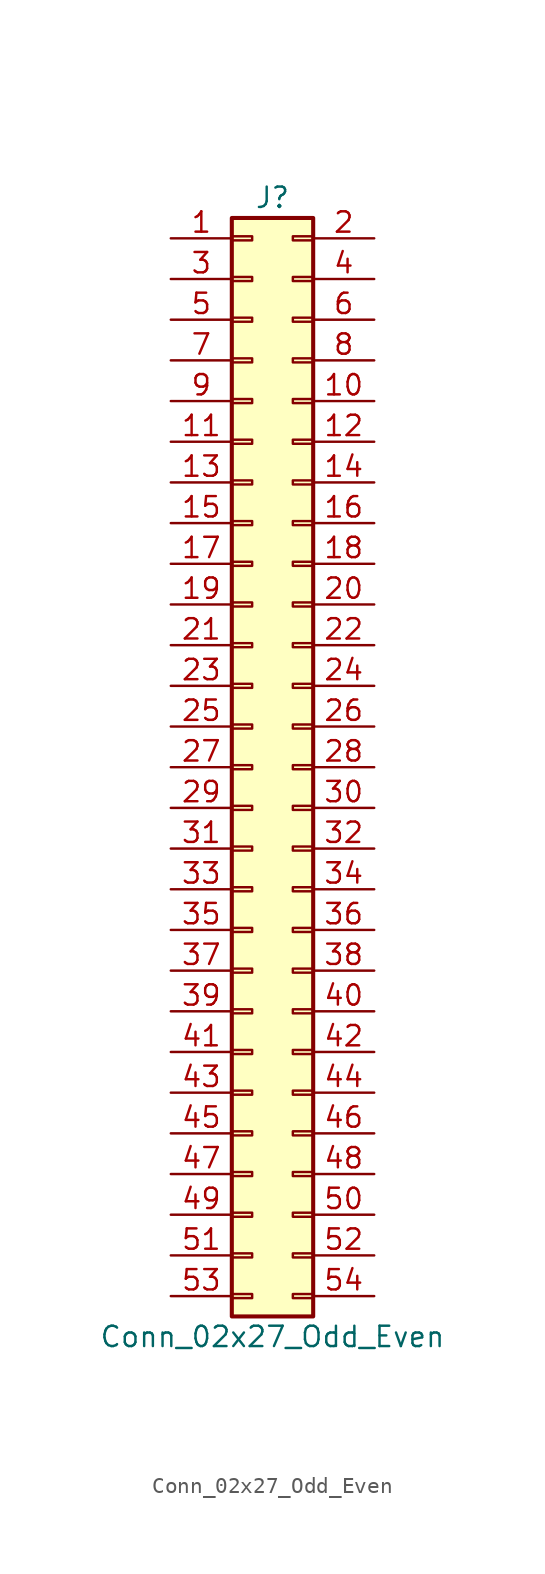
<source format=kicad_sym>
(kicad_symbol_lib
  (version 20211014)
  (generator kicad_symbol_editor)
  (symbol "Conn_02x27_Odd_Even"
    (pin_names
      (offset 1.016) hide)
    (property "Reference" "J"
      (at 1.27 35.56 0)
      (effects (font (size 1.27 1.27))))
    (property "Value" "Conn_02x27_Odd_Even"
      (at 1.27 -35.56 0)
      (effects (font (size 1.27 1.27))))
    (symbol "Conn_02x27_Odd_Even_1_1"
      (rectangle (start -1.27 -32.893) (end 0 -33.147) (stroke (width 0.152) (type default) (color 0 0 0 0)) (fill (type none)))
      (rectangle (start -1.27 -30.353) (end 0 -30.607) (stroke (width 0.152) (type default) (color 0 0 0 0)) (fill (type none)))
      (rectangle (start -1.27 -27.813) (end 0 -28.067) (stroke (width 0.152) (type default) (color 0 0 0 0)) (fill (type none)))
      (rectangle (start -1.27 -25.273) (end 0 -25.527) (stroke (width 0.152) (type default) (color 0 0 0 0)) (fill (type none)))
      (rectangle (start -1.27 -22.733) (end 0 -22.987) (stroke (width 0.152) (type default) (color 0 0 0 0)) (fill (type none)))
      (rectangle (start -1.27 -20.193) (end 0 -20.447) (stroke (width 0.152) (type default) (color 0 0 0 0)) (fill (type none)))
      (rectangle (start -1.27 -17.653) (end 0 -17.907) (stroke (width 0.152) (type default) (color 0 0 0 0)) (fill (type none)))
      (rectangle (start -1.27 -15.113) (end 0 -15.367) (stroke (width 0.152) (type default) (color 0 0 0 0)) (fill (type none)))
      (rectangle (start -1.27 -12.573) (end 0 -12.827) (stroke (width 0.152) (type default) (color 0 0 0 0)) (fill (type none)))
      (rectangle (start -1.27 -10.033) (end 0 -10.287) (stroke (width 0.152) (type default) (color 0 0 0 0)) (fill (type none)))
      (rectangle (start -1.27 -7.493) (end 0 -7.747) (stroke (width 0.152) (type default) (color 0 0 0 0)) (fill (type none)))
      (rectangle (start -1.27 -4.953) (end 0 -5.207) (stroke (width 0.152) (type default) (color 0 0 0 0)) (fill (type none)))
      (rectangle (start -1.27 -2.413) (end 0 -2.667) (stroke (width 0.152) (type default) (color 0 0 0 0)) (fill (type none)))
      (rectangle (start -1.27 0.127) (end 0 -0.127) (stroke (width 0.152) (type default) (color 0 0 0 0)) (fill (type none)))
      (rectangle (start -1.27 2.667) (end 0 2.413) (stroke (width 0.152) (type default) (color 0 0 0 0)) (fill (type none)))
      (rectangle (start -1.27 5.207) (end 0 4.953) (stroke (width 0.152) (type default) (color 0 0 0 0)) (fill (type none)))
      (rectangle (start -1.27 7.747) (end 0 7.493) (stroke (width 0.152) (type default) (color 0 0 0 0)) (fill (type none)))
      (rectangle (start -1.27 10.287) (end 0 10.033) (stroke (width 0.152) (type default) (color 0 0 0 0)) (fill (type none)))
      (rectangle (start -1.27 12.827) (end 0 12.573) (stroke (width 0.152) (type default) (color 0 0 0 0)) (fill (type none)))
      (rectangle (start -1.27 15.367) (end 0 15.113) (stroke (width 0.152) (type default) (color 0 0 0 0)) (fill (type none)))
      (rectangle (start -1.27 17.907) (end 0 17.653) (stroke (width 0.152) (type default) (color 0 0 0 0)) (fill (type none)))
      (rectangle (start -1.27 20.447) (end 0 20.193) (stroke (width 0.152) (type default) (color 0 0 0 0)) (fill (type none)))
      (rectangle (start -1.27 22.987) (end 0 22.733) (stroke (width 0.152) (type default) (color 0 0 0 0)) (fill (type none)))
      (rectangle (start -1.27 25.527) (end 0 25.273) (stroke (width 0.152) (type default) (color 0 0 0 0)) (fill (type none)))
      (rectangle (start -1.27 28.067) (end 0 27.813) (stroke (width 0.152) (type default) (color 0 0 0 0)) (fill (type none)))
      (rectangle (start -1.27 30.607) (end 0 30.353) (stroke (width 0.152) (type default) (color 0 0 0 0)) (fill (type none)))
      (rectangle (start -1.27 33.147) (end 0 32.893) (stroke (width 0.152) (type default) (color 0 0 0 0)) (fill (type none)))
      (rectangle (start -1.27 34.29) (end 3.81 -34.29) (stroke (width 0.254) (type default) (color 0 0 0 0)) (fill (type background)))
      (rectangle (start 3.81 -32.893) (end 2.54 -33.147) (stroke (width 0.152) (type default) (color 0 0 0 0)) (fill (type none)))
      (rectangle (start 3.81 -30.353) (end 2.54 -30.607) (stroke (width 0.152) (type default) (color 0 0 0 0)) (fill (type none)))
      (rectangle (start 3.81 -27.813) (end 2.54 -28.067) (stroke (width 0.152) (type default) (color 0 0 0 0)) (fill (type none)))
      (rectangle (start 3.81 -25.273) (end 2.54 -25.527) (stroke (width 0.152) (type default) (color 0 0 0 0)) (fill (type none)))
      (rectangle (start 3.81 -22.733) (end 2.54 -22.987) (stroke (width 0.152) (type default) (color 0 0 0 0)) (fill (type none)))
      (rectangle (start 3.81 -20.193) (end 2.54 -20.447) (stroke (width 0.152) (type default) (color 0 0 0 0)) (fill (type none)))
      (rectangle (start 3.81 -17.653) (end 2.54 -17.907) (stroke (width 0.152) (type default) (color 0 0 0 0)) (fill (type none)))
      (rectangle (start 3.81 -15.113) (end 2.54 -15.367) (stroke (width 0.152) (type default) (color 0 0 0 0)) (fill (type none)))
      (rectangle (start 3.81 -12.573) (end 2.54 -12.827) (stroke (width 0.152) (type default) (color 0 0 0 0)) (fill (type none)))
      (rectangle (start 3.81 -10.033) (end 2.54 -10.287) (stroke (width 0.152) (type default) (color 0 0 0 0)) (fill (type none)))
      (rectangle (start 3.81 -7.493) (end 2.54 -7.747) (stroke (width 0.152) (type default) (color 0 0 0 0)) (fill (type none)))
      (rectangle (start 3.81 -4.953) (end 2.54 -5.207) (stroke (width 0.152) (type default) (color 0 0 0 0)) (fill (type none)))
      (rectangle (start 3.81 -2.413) (end 2.54 -2.667) (stroke (width 0.152) (type default) (color 0 0 0 0)) (fill (type none)))
      (rectangle (start 3.81 0.127) (end 2.54 -0.127) (stroke (width 0.152) (type default) (color 0 0 0 0)) (fill (type none)))
      (rectangle (start 3.81 2.667) (end 2.54 2.413) (stroke (width 0.152) (type default) (color 0 0 0 0)) (fill (type none)))
      (rectangle (start 3.81 5.207) (end 2.54 4.953) (stroke (width 0.152) (type default) (color 0 0 0 0)) (fill (type none)))
      (rectangle (start 3.81 7.747) (end 2.54 7.493) (stroke (width 0.152) (type default) (color 0 0 0 0)) (fill (type none)))
      (rectangle (start 3.81 10.287) (end 2.54 10.033) (stroke (width 0.152) (type default) (color 0 0 0 0)) (fill (type none)))
      (rectangle (start 3.81 12.827) (end 2.54 12.573) (stroke (width 0.152) (type default) (color 0 0 0 0)) (fill (type none)))
      (rectangle (start 3.81 15.367) (end 2.54 15.113) (stroke (width 0.152) (type default) (color 0 0 0 0)) (fill (type none)))
      (rectangle (start 3.81 17.907) (end 2.54 17.653) (stroke (width 0.152) (type default) (color 0 0 0 0)) (fill (type none)))
      (rectangle (start 3.81 20.447) (end 2.54 20.193) (stroke (width 0.152) (type default) (color 0 0 0 0)) (fill (type none)))
      (rectangle (start 3.81 22.987) (end 2.54 22.733) (stroke (width 0.152) (type default) (color 0 0 0 0)) (fill (type none)))
      (rectangle (start 3.81 25.527) (end 2.54 25.273) (stroke (width 0.152) (type default) (color 0 0 0 0)) (fill (type none)))
      (rectangle (start 3.81 28.067) (end 2.54 27.813) (stroke (width 0.152) (type default) (color 0 0 0 0)) (fill (type none)))
      (rectangle (start 3.81 30.607) (end 2.54 30.353) (stroke (width 0.152) (type default) (color 0 0 0 0)) (fill (type none)))
      (rectangle (start 3.81 33.147) (end 2.54 32.893) (stroke (width 0.152) (type default) (color 0 0 0 0)) (fill (type none)))
      (pin passive line (at -5.08 33.02 0) (length 3.81) (name "Pin_1" (effects (font (size 1.27 1.27)))) (number "1" (effects (font (size 1.27 1.27)))))
      (pin passive line (at 7.62 22.86 180) (length 3.81) (name "Pin_10" (effects (font (size 1.27 1.27)))) (number "10" (effects (font (size 1.27 1.27)))))
      (pin passive line (at -5.08 20.32 0) (length 3.81) (name "Pin_11" (effects (font (size 1.27 1.27)))) (number "11" (effects (font (size 1.27 1.27)))))
      (pin passive line (at 7.62 20.32 180) (length 3.81) (name "Pin_12" (effects (font (size 1.27 1.27)))) (number "12" (effects (font (size 1.27 1.27)))))
      (pin passive line (at -5.08 17.78 0) (length 3.81) (name "Pin_13" (effects (font (size 1.27 1.27)))) (number "13" (effects (font (size 1.27 1.27)))))
      (pin passive line (at 7.62 17.78 180) (length 3.81) (name "Pin_14" (effects (font (size 1.27 1.27)))) (number "14" (effects (font (size 1.27 1.27)))))
      (pin passive line (at -5.08 15.24 0) (length 3.81) (name "Pin_15" (effects (font (size 1.27 1.27)))) (number "15" (effects (font (size 1.27 1.27)))))
      (pin passive line (at 7.62 15.24 180) (length 3.81) (name "Pin_16" (effects (font (size 1.27 1.27)))) (number "16" (effects (font (size 1.27 1.27)))))
      (pin passive line (at -5.08 12.7 0) (length 3.81) (name "Pin_17" (effects (font (size 1.27 1.27)))) (number "17" (effects (font (size 1.27 1.27)))))
      (pin passive line (at 7.62 12.7 180) (length 3.81) (name "Pin_18" (effects (font (size 1.27 1.27)))) (number "18" (effects (font (size 1.27 1.27)))))
      (pin passive line (at -5.08 10.16 0) (length 3.81) (name "Pin_19" (effects (font (size 1.27 1.27)))) (number "19" (effects (font (size 1.27 1.27)))))
      (pin passive line (at 7.62 33.02 180) (length 3.81) (name "Pin_2" (effects (font (size 1.27 1.27)))) (number "2" (effects (font (size 1.27 1.27)))))
      (pin passive line (at 7.62 10.16 180) (length 3.81) (name "Pin_20" (effects (font (size 1.27 1.27)))) (number "20" (effects (font (size 1.27 1.27)))))
      (pin passive line (at -5.08 7.62 0) (length 3.81) (name "Pin_21" (effects (font (size 1.27 1.27)))) (number "21" (effects (font (size 1.27 1.27)))))
      (pin passive line (at 7.62 7.62 180) (length 3.81) (name "Pin_22" (effects (font (size 1.27 1.27)))) (number "22" (effects (font (size 1.27 1.27)))))
      (pin passive line (at -5.08 5.08 0) (length 3.81) (name "Pin_23" (effects (font (size 1.27 1.27)))) (number "23" (effects (font (size 1.27 1.27)))))
      (pin passive line (at 7.62 5.08 180) (length 3.81) (name "Pin_24" (effects (font (size 1.27 1.27)))) (number "24" (effects (font (size 1.27 1.27)))))
      (pin passive line (at -5.08 2.54 0) (length 3.81) (name "Pin_25" (effects (font (size 1.27 1.27)))) (number "25" (effects (font (size 1.27 1.27)))))
      (pin passive line (at 7.62 2.54 180) (length 3.81) (name "Pin_26" (effects (font (size 1.27 1.27)))) (number "26" (effects (font (size 1.27 1.27)))))
      (pin passive line (at -5.08 0 0) (length 3.81) (name "Pin_27" (effects (font (size 1.27 1.27)))) (number "27" (effects (font (size 1.27 1.27)))))
      (pin passive line (at 7.62 0 180) (length 3.81) (name "Pin_28" (effects (font (size 1.27 1.27)))) (number "28" (effects (font (size 1.27 1.27)))))
      (pin passive line (at -5.08 -2.54 0) (length 3.81) (name "Pin_29" (effects (font (size 1.27 1.27)))) (number "29" (effects (font (size 1.27 1.27)))))
      (pin passive line (at -5.08 30.48 0) (length 3.81) (name "Pin_3" (effects (font (size 1.27 1.27)))) (number "3" (effects (font (size 1.27 1.27)))))
      (pin passive line (at 7.62 -2.54 180) (length 3.81) (name "Pin_30" (effects (font (size 1.27 1.27)))) (number "30" (effects (font (size 1.27 1.27)))))
      (pin passive line (at -5.08 -5.08 0) (length 3.81) (name "Pin_31" (effects (font (size 1.27 1.27)))) (number "31" (effects (font (size 1.27 1.27)))))
      (pin passive line (at 7.62 -5.08 180) (length 3.81) (name "Pin_32" (effects (font (size 1.27 1.27)))) (number "32" (effects (font (size 1.27 1.27)))))
      (pin passive line (at -5.08 -7.62 0) (length 3.81) (name "Pin_33" (effects (font (size 1.27 1.27)))) (number "33" (effects (font (size 1.27 1.27)))))
      (pin passive line (at 7.62 -7.62 180) (length 3.81) (name "Pin_34" (effects (font (size 1.27 1.27)))) (number "34" (effects (font (size 1.27 1.27)))))
      (pin passive line (at -5.08 -10.16 0) (length 3.81) (name "Pin_35" (effects (font (size 1.27 1.27)))) (number "35" (effects (font (size 1.27 1.27)))))
      (pin passive line (at 7.62 -10.16 180) (length 3.81) (name "Pin_36" (effects (font (size 1.27 1.27)))) (number "36" (effects (font (size 1.27 1.27)))))
      (pin passive line (at -5.08 -12.7 0) (length 3.81) (name "Pin_37" (effects (font (size 1.27 1.27)))) (number "37" (effects (font (size 1.27 1.27)))))
      (pin passive line (at 7.62 -12.7 180) (length 3.81) (name "Pin_38" (effects (font (size 1.27 1.27)))) (number "38" (effects (font (size 1.27 1.27)))))
      (pin passive line (at -5.08 -15.24 0) (length 3.81) (name "Pin_39" (effects (font (size 1.27 1.27)))) (number "39" (effects (font (size 1.27 1.27)))))
      (pin passive line (at 7.62 30.48 180) (length 3.81) (name "Pin_4" (effects (font (size 1.27 1.27)))) (number "4" (effects (font (size 1.27 1.27)))))
      (pin passive line (at 7.62 -15.24 180) (length 3.81) (name "Pin_40" (effects (font (size 1.27 1.27)))) (number "40" (effects (font (size 1.27 1.27)))))
      (pin passive line (at -5.08 -17.78 0) (length 3.81) (name "Pin_41" (effects (font (size 1.27 1.27)))) (number "41" (effects (font (size 1.27 1.27)))))
      (pin passive line (at 7.62 -17.78 180) (length 3.81) (name "Pin_42" (effects (font (size 1.27 1.27)))) (number "42" (effects (font (size 1.27 1.27)))))
      (pin passive line (at -5.08 -20.32 0) (length 3.81) (name "Pin_43" (effects (font (size 1.27 1.27)))) (number "43" (effects (font (size 1.27 1.27)))))
      (pin passive line (at 7.62 -20.32 180) (length 3.81) (name "Pin_44" (effects (font (size 1.27 1.27)))) (number "44" (effects (font (size 1.27 1.27)))))
      (pin passive line (at -5.08 -22.86 0) (length 3.81) (name "Pin_45" (effects (font (size 1.27 1.27)))) (number "45" (effects (font (size 1.27 1.27)))))
      (pin passive line (at 7.62 -22.86 180) (length 3.81) (name "Pin_46" (effects (font (size 1.27 1.27)))) (number "46" (effects (font (size 1.27 1.27)))))
      (pin passive line (at -5.08 -25.4 0) (length 3.81) (name "Pin_47" (effects (font (size 1.27 1.27)))) (number "47" (effects (font (size 1.27 1.27)))))
      (pin passive line (at 7.62 -25.4 180) (length 3.81) (name "Pin_48" (effects (font (size 1.27 1.27)))) (number "48" (effects (font (size 1.27 1.27)))))
      (pin passive line (at -5.08 -27.94 0) (length 3.81) (name "Pin_49" (effects (font (size 1.27 1.27)))) (number "49" (effects (font (size 1.27 1.27)))))
      (pin passive line (at -5.08 27.94 0) (length 3.81) (name "Pin_5" (effects (font (size 1.27 1.27)))) (number "5" (effects (font (size 1.27 1.27)))))
      (pin passive line (at 7.62 -27.94 180) (length 3.81) (name "Pin_50" (effects (font (size 1.27 1.27)))) (number "50" (effects (font (size 1.27 1.27)))))
      (pin passive line (at -5.08 -30.48 0) (length 3.81) (name "Pin_51" (effects (font (size 1.27 1.27)))) (number "51" (effects (font (size 1.27 1.27)))))
      (pin passive line (at 7.62 -30.48 180) (length 3.81) (name "Pin_52" (effects (font (size 1.27 1.27)))) (number "52" (effects (font (size 1.27 1.27)))))
      (pin passive line (at -5.08 -33.02 0) (length 3.81) (name "Pin_53" (effects (font (size 1.27 1.27)))) (number "53" (effects (font (size 1.27 1.27)))))
      (pin passive line (at 7.62 -33.02 180) (length 3.81) (name "Pin_54" (effects (font (size 1.27 1.27)))) (number "54" (effects (font (size 1.27 1.27)))))
      (pin passive line (at 7.62 27.94 180) (length 3.81) (name "Pin_6" (effects (font (size 1.27 1.27)))) (number "6" (effects (font (size 1.27 1.27)))))
      (pin passive line (at -5.08 25.4 0) (length 3.81) (name "Pin_7" (effects (font (size 1.27 1.27)))) (number "7" (effects (font (size 1.27 1.27)))))
      (pin passive line (at 7.62 25.4 180) (length 3.81) (name "Pin_8" (effects (font (size 1.27 1.27)))) (number "8" (effects (font (size 1.27 1.27)))))
      (pin passive line (at -5.08 22.86 0) (length 3.81) (name "Pin_9" (effects (font (size 1.27 1.27)))) (number "9" (effects (font (size 1.27 1.27))))))))
</source>
